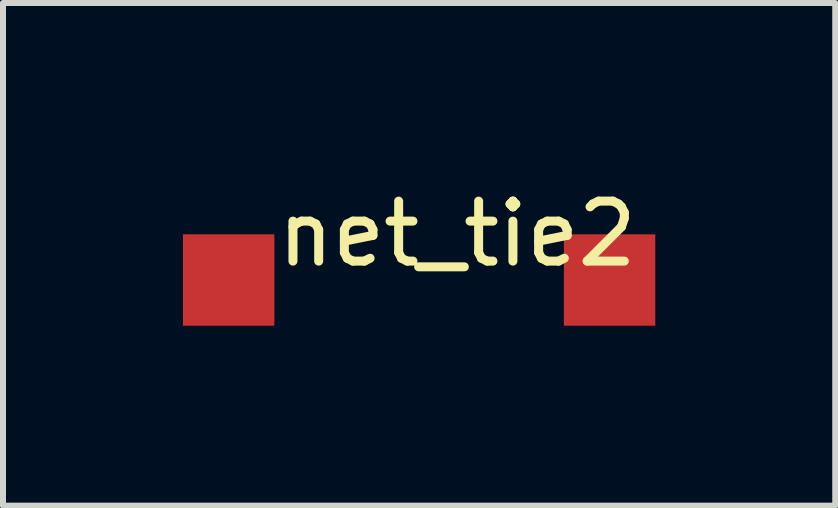
<source format=kicad_pcb>
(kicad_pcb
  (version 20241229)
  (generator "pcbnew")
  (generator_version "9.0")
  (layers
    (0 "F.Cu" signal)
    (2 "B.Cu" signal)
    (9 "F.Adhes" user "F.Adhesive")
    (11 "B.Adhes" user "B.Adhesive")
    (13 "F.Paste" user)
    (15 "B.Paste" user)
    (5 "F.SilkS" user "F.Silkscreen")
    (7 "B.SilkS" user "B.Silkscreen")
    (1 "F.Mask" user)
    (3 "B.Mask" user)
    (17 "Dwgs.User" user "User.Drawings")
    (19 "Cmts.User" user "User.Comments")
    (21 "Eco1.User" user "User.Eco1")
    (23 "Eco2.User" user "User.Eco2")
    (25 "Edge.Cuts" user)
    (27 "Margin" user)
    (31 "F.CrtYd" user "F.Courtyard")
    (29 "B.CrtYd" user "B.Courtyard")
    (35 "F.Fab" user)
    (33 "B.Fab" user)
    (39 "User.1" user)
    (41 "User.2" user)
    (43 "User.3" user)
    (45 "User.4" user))
  (footprint "net_tie2"
    (layer "F.Cu")
    (at 4.572 0.348)
    (property "Reference" "net_tie2" (at 0 0.5 0) (layer "F.SilkS") (effects (font (size 1 1) (thickness 0.15))))
    (attr through_hole)
    (pad "1" smd rect (at -3.81 1.27) (size 1.524 1.524) (layers "F.Cu" "F.Mask" "F.Paste"))
    (pad "2" smd rect (at 2.54 1.27) (size 1.524 1.524) (layers "F.Cu" "F.Mask" "F.Paste")))
  (gr_rect
    (start -3 -3)
    (end 10.874 5.38)
    (stroke (width 0.1) (type default))
    (fill no)
    (layer "Edge.Cuts")))
</source>
